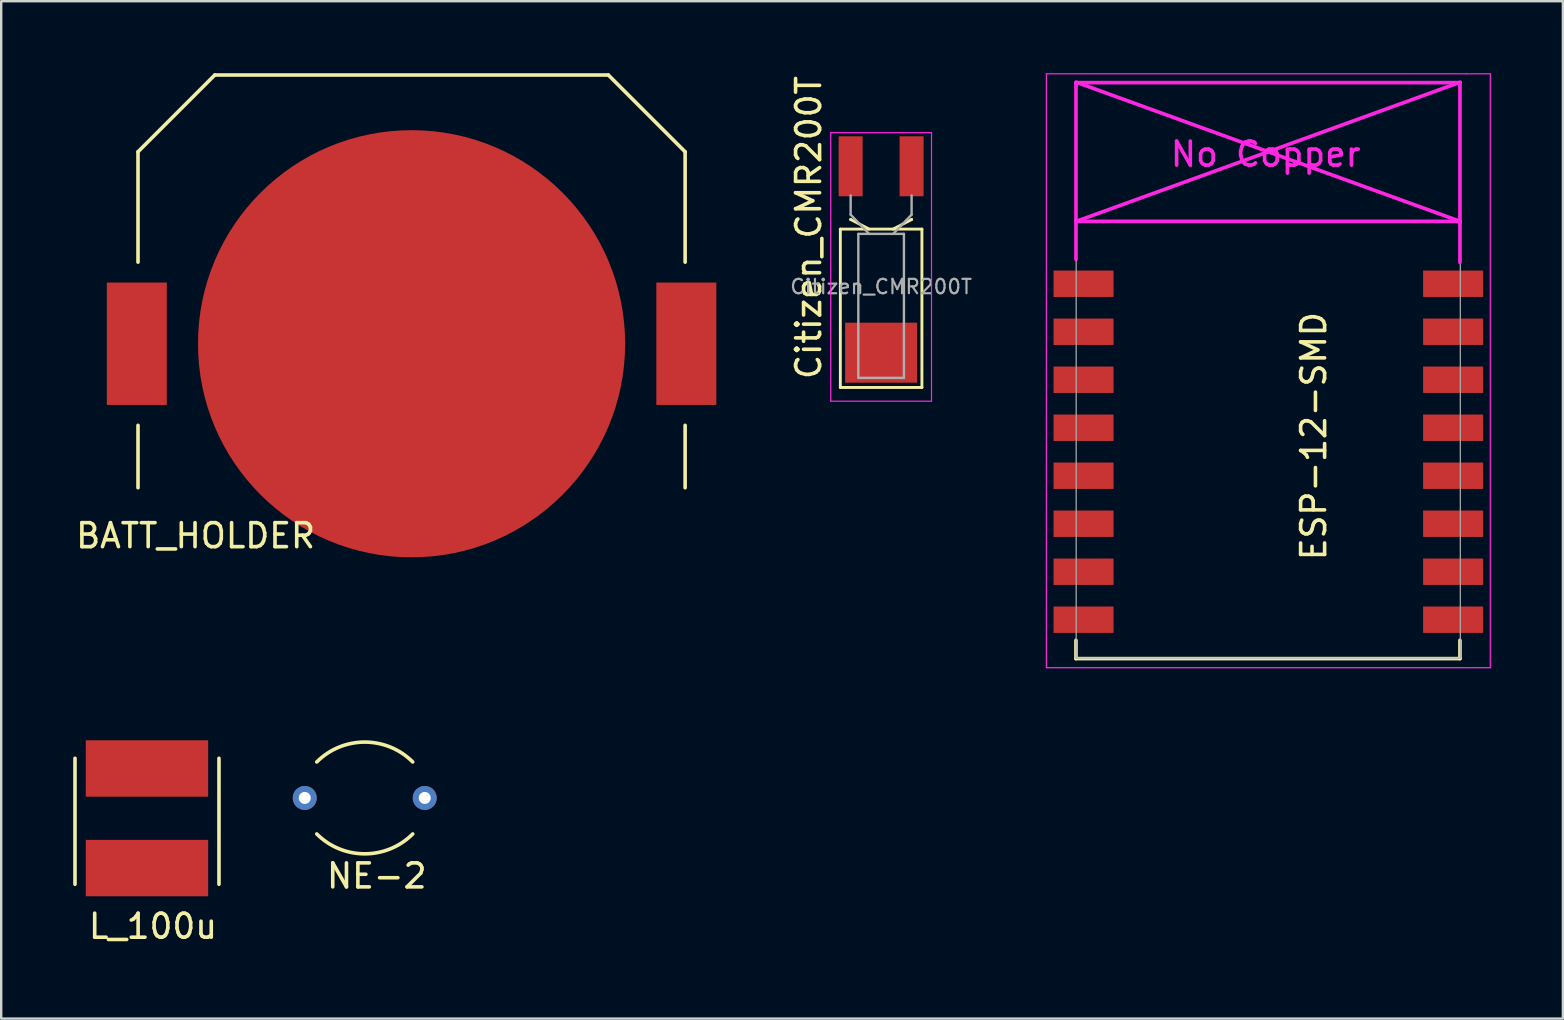
<source format=kicad_pcb>
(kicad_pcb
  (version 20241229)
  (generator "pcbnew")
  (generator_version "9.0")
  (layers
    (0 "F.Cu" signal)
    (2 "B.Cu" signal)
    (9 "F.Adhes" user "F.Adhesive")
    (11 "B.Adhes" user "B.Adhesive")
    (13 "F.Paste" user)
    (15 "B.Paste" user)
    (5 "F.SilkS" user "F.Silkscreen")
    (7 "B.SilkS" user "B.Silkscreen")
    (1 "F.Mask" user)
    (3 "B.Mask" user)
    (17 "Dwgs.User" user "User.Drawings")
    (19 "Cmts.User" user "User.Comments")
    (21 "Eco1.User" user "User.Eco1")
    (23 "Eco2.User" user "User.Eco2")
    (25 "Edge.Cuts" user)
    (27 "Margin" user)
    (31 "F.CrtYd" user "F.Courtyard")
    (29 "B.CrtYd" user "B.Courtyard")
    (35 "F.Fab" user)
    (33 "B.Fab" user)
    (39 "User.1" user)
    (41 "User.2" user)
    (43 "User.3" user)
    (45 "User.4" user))
  (footprint "Citizen_CMR200T"
    (layer "F.Cu")
    (at 33.669 7.28)
    (property "Reference" "Citizen_CMR200T" (at -3.02 -0.846 90) (layer "F.SilkS") (effects (font (size 1 1) (thickness 0.15))))
    (attr smd)
    (fp_line (start -1.7 -0.783) (end -1.7 5.817) (stroke (width 0.12) (type solid)) (layer "F.SilkS"))
    (fp_line (start -1.7 5.817) (end 1.7 5.817) (stroke (width 0.12) (type solid)) (layer "F.SilkS"))
    (fp_line (start -1.27 -1.183) (end -1.27 -1.183) (stroke (width 0.12) (type solid)) (layer "F.SilkS"))
    (fp_line (start -0.5 -0.783) (end -1.27 -1.183) (stroke (width 0.12) (type solid)) (layer "F.SilkS"))
    (fp_line (start 0.5 -0.783) (end 1.27 -1.183) (stroke (width 0.12) (type solid)) (layer "F.SilkS"))
    (fp_line (start 1.27 -1.183) (end 1.27 -1.183) (stroke (width 0.12) (type solid)) (layer "F.SilkS"))
    (fp_line (start 1.7 -0.783) (end -1.7 -0.783) (stroke (width 0.12) (type solid)) (layer "F.SilkS"))
    (fp_line (start 1.7 5.817) (end 1.7 -0.783) (stroke (width 0.12) (type solid)) (layer "F.SilkS"))
    (fp_line (start -2.1 -4.8) (end -2.1 6.39) (stroke (width 0.05) (type solid)) (layer "F.CrtYd"))
    (fp_line (start -2.1 6.39) (end 2.1 6.39) (stroke (width 0.05) (type solid)) (layer "F.CrtYd"))
    (fp_line (start 2.1 -4.8) (end -2.1 -4.8) (stroke (width 0.05) (type solid)) (layer "F.CrtYd"))
    (fp_line (start 2.1 6.39) (end 2.1 -4.8) (stroke (width 0.05) (type solid)) (layer "F.CrtYd"))
    (fp_line (start -1.27 -1.383) (end -1.27 -2.183) (stroke (width 0.1) (type solid)) (layer "F.Fab"))
    (fp_line (start -0.95 -0.583) (end -0.95 5.417) (stroke (width 0.1) (type solid)) (layer "F.Fab"))
    (fp_line (start -0.95 5.417) (end 0.95 5.417) (stroke (width 0.1) (type solid)) (layer "F.Fab"))
    (fp_line (start -0.5 -0.583) (end -1.27 -1.383) (stroke (width 0.1) (type solid)) (layer "F.Fab"))
    (fp_line (start 0.5 -0.583) (end 1.27 -1.383) (stroke (width 0.1) (type solid)) (layer "F.Fab"))
    (fp_line (start 0.95 -0.583) (end -0.95 -0.583) (stroke (width 0.1) (type solid)) (layer "F.Fab"))
    (fp_line (start 0.95 5.417) (end 0.95 -0.583) (stroke (width 0.1) (type solid)) (layer "F.Fab"))
    (fp_line (start 1.27 -1.383) (end 1.27 -2.183) (stroke (width 0.1) (type solid)) (layer "F.Fab"))
    (fp_text user "${REFERENCE}" (at 0 1.617 0) (layer "F.Fab") (effects (font (size 0.6 0.6) (thickness 0.09))))
    (pad "1" smd rect (at -1.27 -3.4) (size 1 2.5) (layers "F.Cu" "F.Mask" "F.Paste"))
    (pad "2" smd rect (at 1.27 -3.4) (size 1 2.5) (layers "F.Cu" "F.Mask" "F.Paste"))
    (pad "3" smd rect (at 0 4.367) (size 3 2.5) (layers "F.Cu" "F.Mask" "F.Paste")))
  (footprint "ESP-12-SMD"
    (layer "F.Cu")
    (at 42.805 8.775)
    (property "Reference" "ESP-12-SMD" (at 8.89 6.35 90) (layer "F.SilkS") (effects (font (size 1 1) (thickness 0.15))))
    (attr through_hole)
    (fp_line (start -1.016 14.859) (end -1.016 15.621) (stroke (width 0.152) (type solid)) (layer "F.SilkS"))
    (fp_line (start -1.016 15.621) (end 14.986 15.621) (stroke (width 0.152) (type solid)) (layer "F.SilkS"))
    (fp_line (start 14.986 15.621) (end 14.986 14.859) (stroke (width 0.152) (type solid)) (layer "F.SilkS"))
    (fp_line (start -2.25 -8.75) (end 15.25 -8.75) (stroke (width 0.05) (type solid)) (layer "F.CrtYd"))
    (fp_line (start -2.25 -0.5) (end -2.25 -8.75) (stroke (width 0.05) (type solid)) (layer "F.CrtYd"))
    (fp_line (start -2.25 16) (end -2.25 -0.5) (stroke (width 0.05) (type solid)) (layer "F.CrtYd"))
    (fp_line (start -1.016 -8.382) (end -1.016 -1.016) (stroke (width 0.152) (type solid)) (layer "F.CrtYd"))
    (fp_line (start -1.016 -8.382) (end 14.986 -8.382) (stroke (width 0.152) (type solid)) (layer "F.CrtYd"))
    (fp_line (start -1.008 -8.4) (end 14.992 -2.6) (stroke (width 0.152) (type solid)) (layer "F.CrtYd"))
    (fp_line (start -1.008 -2.6) (end 14.992 -2.6) (stroke (width 0.152) (type solid)) (layer "F.CrtYd"))
    (fp_line (start 14.986 -8.382) (end 14.986 -0.889) (stroke (width 0.152) (type solid)) (layer "F.CrtYd"))
    (fp_line (start 14.992 -8.4) (end -1.008 -2.6) (stroke (width 0.152) (type solid)) (layer "F.CrtYd"))
    (fp_line (start 15.25 -8.75) (end 16.25 -8.75) (stroke (width 0.05) (type solid)) (layer "F.CrtYd"))
    (fp_line (start 16.25 -8.75) (end 16.25 16) (stroke (width 0.05) (type solid)) (layer "F.CrtYd"))
    (fp_line (start 16.25 16) (end -2.25 16) (stroke (width 0.05) (type solid)) (layer "F.CrtYd"))
    (fp_line (start -1.008 -8.4) (end 14.992 -8.4) (stroke (width 0.05) (type solid)) (layer "F.Fab"))
    (fp_line (start -1.008 15.6) (end -1.008 -8.4) (stroke (width 0.05) (type solid)) (layer "F.Fab"))
    (fp_line (start 14.992 15.6) (end -1.008 15.6) (stroke (width 0.05) (type solid)) (layer "F.Fab"))
    (fp_line (start 15 -8.4) (end 15 15.6) (stroke (width 0.05) (type solid)) (layer "F.Fab"))
    (fp_text user "No Copper" (at 6.892 -5.4 0) (layer "F.CrtYd") (effects (font (size 1 1) (thickness 0.15))))
    (pad "1" smd rect (at 0 0) (size 2.5 1.1) (drill (offset -0.7 0)) (layers "F.Cu" "F.Mask" "F.Paste"))
    (pad "2" smd rect (at 0 2) (size 2.5 1.1) (drill (offset -0.7 0)) (layers "F.Cu" "F.Mask" "F.Paste"))
    (pad "3" smd rect (at 0 4) (size 2.5 1.1) (drill (offset -0.7 0)) (layers "F.Cu" "F.Mask" "F.Paste"))
    (pad "4" smd rect (at 0 6) (size 2.5 1.1) (drill (offset -0.7 0)) (layers "F.Cu" "F.Mask" "F.Paste"))
    (pad "5" smd rect (at 0 8) (size 2.5 1.1) (drill (offset -0.7 0)) (layers "F.Cu" "F.Mask" "F.Paste"))
    (pad "6" smd rect (at 0 10) (size 2.5 1.1) (drill (offset -0.7 0)) (layers "F.Cu" "F.Mask" "F.Paste"))
    (pad "7" smd rect (at 0 12) (size 2.5 1.1) (drill (offset -0.7 0)) (layers "F.Cu" "F.Mask" "F.Paste"))
    (pad "8" smd rect (at 0 14) (size 2.5 1.1) (drill (offset -0.7 0)) (layers "F.Cu" "F.Mask" "F.Paste"))
    (pad "9" smd rect (at 14 14) (size 2.5 1.1) (drill (offset 0.7 0)) (layers "F.Cu" "F.Mask" "F.Paste"))
    (pad "10" smd rect (at 14 12) (size 2.5 1.1) (drill (offset 0.7 0)) (layers "F.Cu" "F.Mask" "F.Paste"))
    (pad "11" smd rect (at 14 10) (size 2.5 1.1) (drill (offset 0.7 0)) (layers "F.Cu" "F.Mask" "F.Paste"))
    (pad "12" smd rect (at 14 8) (size 2.5 1.1) (drill (offset 0.7 0)) (layers "F.Cu" "F.Mask" "F.Paste"))
    (pad "13" smd rect (at 14 6) (size 2.5 1.1) (drill (offset 0.7 0)) (layers "F.Cu" "F.Mask" "F.Paste"))
    (pad "14" smd rect (at 14 4) (size 2.5 1.1) (drill (offset 0.7 0)) (layers "F.Cu" "F.Mask" "F.Paste"))
    (pad "15" smd rect (at 14 2) (size 2.5 1.1) (drill (offset 0.7 0)) (layers "F.Cu" "F.Mask" "F.Paste"))
    (pad "16" smd rect (at 14 0) (size 2.5 1.1) (drill (offset 0.7 0)) (layers "F.Cu" "F.Mask" "F.Paste")))
  (footprint "L_100u"
    (layer "F.Cu")
    (at 3.075 31.05)
    (property "Reference" "L_100u" (at 0.25 4.5 0) (layer "F.SilkS") (effects (font (size 1 1) (thickness 0.15))))
    (attr through_hole)
    (fp_line (start -3 -2.5) (end -3 2.75) (stroke (width 0.15) (type solid)) (layer "F.SilkS"))
    (fp_line (start 3 -2.5) (end 3 2.75) (stroke (width 0.15) (type solid)) (layer "F.SilkS"))
    (pad "1" smd rect (at 0 -2.075) (size 5.1 2.35) (layers "F.Cu" "F.Mask" "F.Paste"))
    (pad "2" smd rect (at 0 2.075) (size 5.1 2.35) (layers "F.Cu" "F.Mask" "F.Paste")))
  (footprint "NE-2"
    (layer "F.Cu")
    (at 12.15 30.203)
    (property "Reference" "NE-2" (at 0.5 3.25 0) (layer "F.SilkS") (effects (font (size 1 1) (thickness 0.15))))
    (attr through_hole)
    (fp_arc (start -2 -1.5) (mid 0 -2.328427) (end 2 -1.5) (stroke (width 0.15) (type solid)) (layer "F.SilkS"))
    (fp_arc (start 2 1.5) (mid 0 2.328427) (end -2 1.5) (stroke (width 0.15) (type solid)) (layer "F.SilkS"))
    (pad "1" thru_hole circle (at -2.5 0) (size 1 1) (drill 0.5) (layers "*.Cu" "*.Mask"))
    (pad "2" thru_hole circle (at 2.5 0) (size 1 1) (drill 0.5) (layers "*.Cu" "*.Mask")))
  (footprint "BATT_HOLDER"
    (layer "F.Cu")
    (at 14.101 11.275)
    (property "Reference" "BATT_HOLDER" (at -9 8 0) (layer "F.SilkS") (effects (font (size 1 1) (thickness 0.15))))
    (attr through_hole)
    (fp_line (start -11.4 -8) (end -8.2 -11.2) (stroke (width 0.15) (type solid)) (layer "F.SilkS"))
    (fp_line (start -11.4 -3.4) (end -11.4 -8) (stroke (width 0.15) (type solid)) (layer "F.SilkS"))
    (fp_line (start -11.4 3.4) (end -11.4 6) (stroke (width 0.15) (type solid)) (layer "F.SilkS"))
    (fp_line (start -8.2 -11.2) (end 8.2 -11.2) (stroke (width 0.15) (type solid)) (layer "F.SilkS"))
    (fp_line (start 11.4 -8) (end 8.2 -11.2) (stroke (width 0.15) (type solid)) (layer "F.SilkS"))
    (fp_line (start 11.4 -3.4) (end 11.4 -8) (stroke (width 0.15) (type solid)) (layer "F.SilkS"))
    (fp_line (start 11.4 3.4) (end 11.4 6) (stroke (width 0.15) (type solid)) (layer "F.SilkS"))
    (pad "1" smd rect (at -11.45 0) (size 2.5 5.1) (layers "F.Cu" "F.Mask" "F.Paste"))
    (pad "1" smd rect (at 11.45 0) (size 2.5 5.1) (layers "F.Cu" "F.Mask" "F.Paste"))
    (pad "2" smd circle (at 0 0) (size 17.8 17.8) (layers "F.Cu" "F.Mask")))
  (gr_rect
    (start -3 -3)
    (end 62.08 39.398)
    (stroke (width 0.1) (type default))
    (fill no)
    (layer "Edge.Cuts")))
</source>
